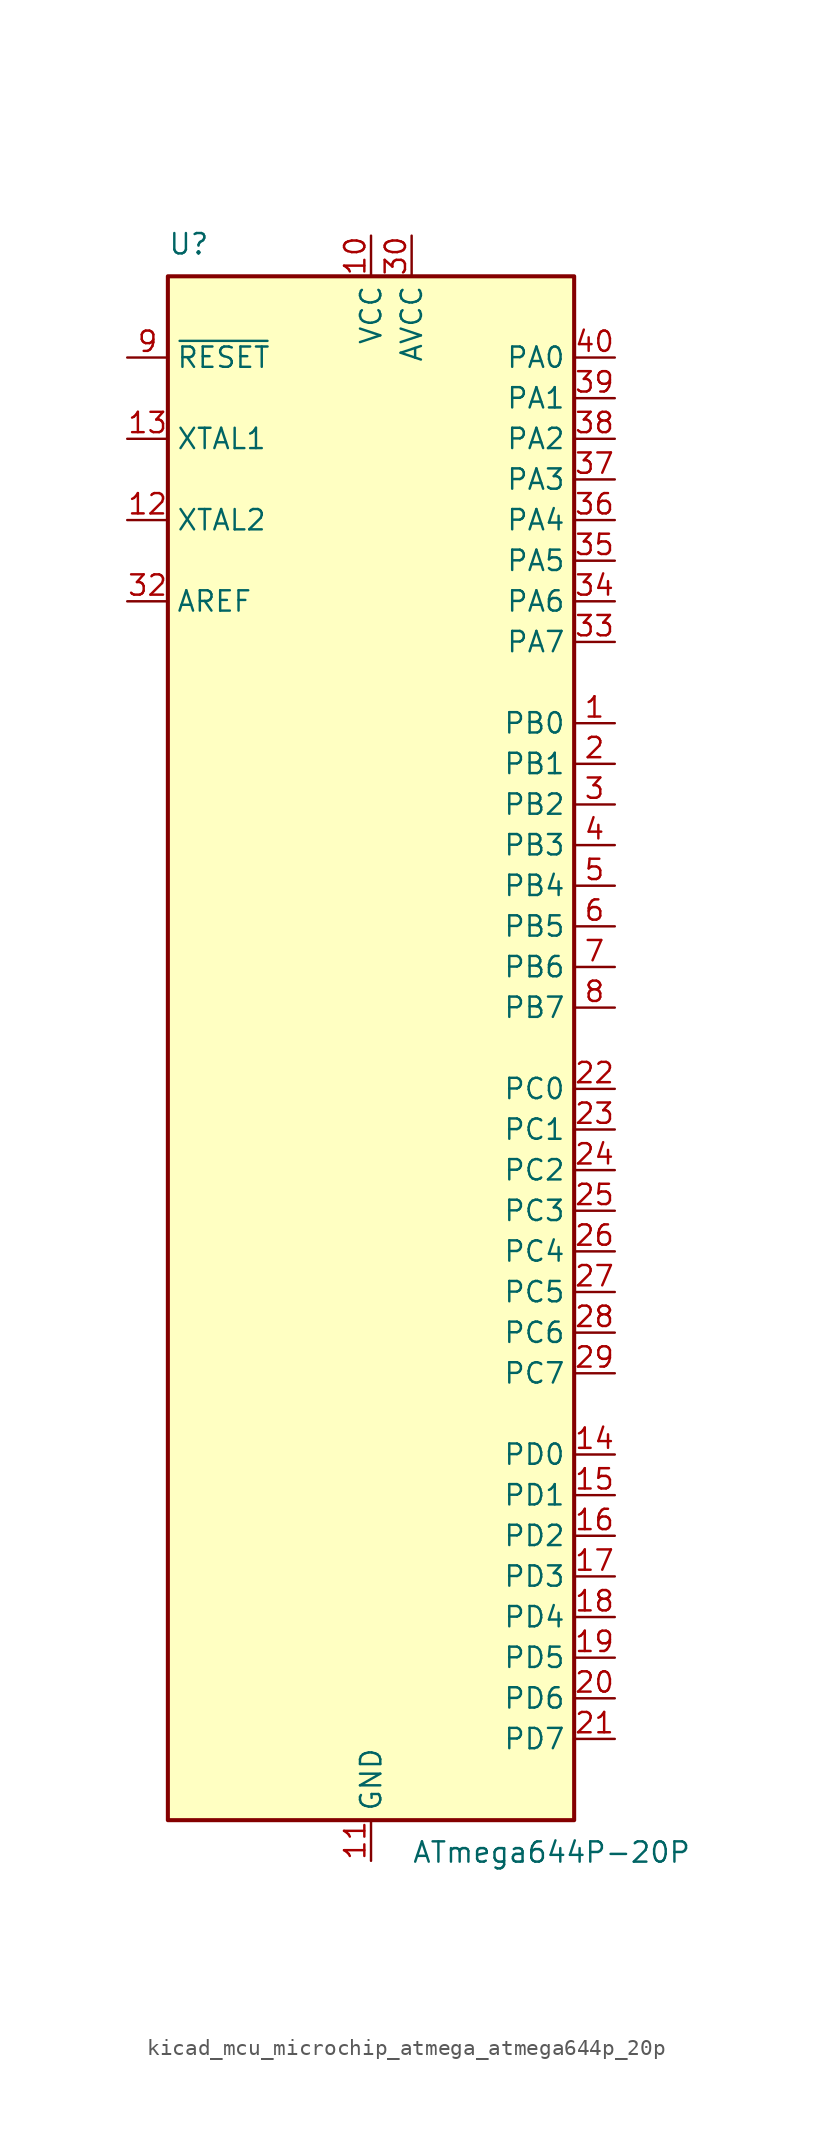
<source format=kicad_sym>
(kicad_symbol_lib
  (version 20220914)
  (generator kicad_symbol_editor)
  (symbol "kicad_mcu_microchip_atmega_atmega644p_20p"
    (property "Reference" "U"
      (at -12.7 49.53 0)
      (effects (font (size 1.27 1.27)) (justify left bottom)))
    (property "Value" "ATmega644P-20P"
      (at 2.54 -49.53 0)
      (effects (font (size 1.27 1.27)) (justify left top)))
    (symbol "kicad_mcu_microchip_atmega_atmega644p_20p_0_1"
      (rectangle (start -12.7 -48.26) (end 12.7 48.26) (stroke (width 0.254) (type default)) (fill (type background))))
    (symbol "kicad_mcu_microchip_atmega_atmega644p_20p_1_1"
      (pin bidirectional line (at 15.24 20.32 180) (length 2.54) (name "PB0" (effects (font (size 1.27 1.27)))) (number "1" (effects (font (size 1.27 1.27)))))
      (pin power_in line (at 0 50.8 270) (length 2.54) (name "VCC" (effects (font (size 1.27 1.27)))) (number "10" (effects (font (size 1.27 1.27)))))
      (pin power_in line (at 0 -50.8 90) (length 2.54) (name "GND" (effects (font (size 1.27 1.27)))) (number "11" (effects (font (size 1.27 1.27)))))
      (pin output line (at -15.24 33.02 0) (length 2.54) (name "XTAL2" (effects (font (size 1.27 1.27)))) (number "12" (effects (font (size 1.27 1.27)))))
      (pin input line (at -15.24 38.1 0) (length 2.54) (name "XTAL1" (effects (font (size 1.27 1.27)))) (number "13" (effects (font (size 1.27 1.27)))))
      (pin bidirectional line (at 15.24 -25.4 180) (length 2.54) (name "PD0" (effects (font (size 1.27 1.27)))) (number "14" (effects (font (size 1.27 1.27)))))
      (pin bidirectional line (at 15.24 -27.94 180) (length 2.54) (name "PD1" (effects (font (size 1.27 1.27)))) (number "15" (effects (font (size 1.27 1.27)))))
      (pin bidirectional line (at 15.24 -30.48 180) (length 2.54) (name "PD2" (effects (font (size 1.27 1.27)))) (number "16" (effects (font (size 1.27 1.27)))))
      (pin bidirectional line (at 15.24 -33.02 180) (length 2.54) (name "PD3" (effects (font (size 1.27 1.27)))) (number "17" (effects (font (size 1.27 1.27)))))
      (pin bidirectional line (at 15.24 -35.56 180) (length 2.54) (name "PD4" (effects (font (size 1.27 1.27)))) (number "18" (effects (font (size 1.27 1.27)))))
      (pin bidirectional line (at 15.24 -38.1 180) (length 2.54) (name "PD5" (effects (font (size 1.27 1.27)))) (number "19" (effects (font (size 1.27 1.27)))))
      (pin bidirectional line (at 15.24 17.78 180) (length 2.54) (name "PB1" (effects (font (size 1.27 1.27)))) (number "2" (effects (font (size 1.27 1.27)))))
      (pin bidirectional line (at 15.24 -40.64 180) (length 2.54) (name "PD6" (effects (font (size 1.27 1.27)))) (number "20" (effects (font (size 1.27 1.27)))))
      (pin bidirectional line (at 15.24 -43.18 180) (length 2.54) (name "PD7" (effects (font (size 1.27 1.27)))) (number "21" (effects (font (size 1.27 1.27)))))
      (pin bidirectional line (at 15.24 -2.54 180) (length 2.54) (name "PC0" (effects (font (size 1.27 1.27)))) (number "22" (effects (font (size 1.27 1.27)))))
      (pin bidirectional line (at 15.24 -5.08 180) (length 2.54) (name "PC1" (effects (font (size 1.27 1.27)))) (number "23" (effects (font (size 1.27 1.27)))))
      (pin bidirectional line (at 15.24 -7.62 180) (length 2.54) (name "PC2" (effects (font (size 1.27 1.27)))) (number "24" (effects (font (size 1.27 1.27)))))
      (pin bidirectional line (at 15.24 -10.16 180) (length 2.54) (name "PC3" (effects (font (size 1.27 1.27)))) (number "25" (effects (font (size 1.27 1.27)))))
      (pin bidirectional line (at 15.24 -12.7 180) (length 2.54) (name "PC4" (effects (font (size 1.27 1.27)))) (number "26" (effects (font (size 1.27 1.27)))))
      (pin bidirectional line (at 15.24 -15.24 180) (length 2.54) (name "PC5" (effects (font (size 1.27 1.27)))) (number "27" (effects (font (size 1.27 1.27)))))
      (pin bidirectional line (at 15.24 -17.78 180) (length 2.54) (name "PC6" (effects (font (size 1.27 1.27)))) (number "28" (effects (font (size 1.27 1.27)))))
      (pin bidirectional line (at 15.24 -20.32 180) (length 2.54) (name "PC7" (effects (font (size 1.27 1.27)))) (number "29" (effects (font (size 1.27 1.27)))))
      (pin bidirectional line (at 15.24 15.24 180) (length 2.54) (name "PB2" (effects (font (size 1.27 1.27)))) (number "3" (effects (font (size 1.27 1.27)))))
      (pin power_in line (at 2.54 50.8 270) (length 2.54) (name "AVCC" (effects (font (size 1.27 1.27)))) (number "30" (effects (font (size 1.27 1.27)))))
      (pin passive line (at 0 -50.8 90) (length 2.54) hide (name "GND" (effects (font (size 1.27 1.27)))) (number "31" (effects (font (size 1.27 1.27)))))
      (pin passive line (at -15.24 27.94 0) (length 2.54) (name "AREF" (effects (font (size 1.27 1.27)))) (number "32" (effects (font (size 1.27 1.27)))))
      (pin bidirectional line (at 15.24 25.4 180) (length 2.54) (name "PA7" (effects (font (size 1.27 1.27)))) (number "33" (effects (font (size 1.27 1.27)))))
      (pin bidirectional line (at 15.24 27.94 180) (length 2.54) (name "PA6" (effects (font (size 1.27 1.27)))) (number "34" (effects (font (size 1.27 1.27)))))
      (pin bidirectional line (at 15.24 30.48 180) (length 2.54) (name "PA5" (effects (font (size 1.27 1.27)))) (number "35" (effects (font (size 1.27 1.27)))))
      (pin bidirectional line (at 15.24 33.02 180) (length 2.54) (name "PA4" (effects (font (size 1.27 1.27)))) (number "36" (effects (font (size 1.27 1.27)))))
      (pin bidirectional line (at 15.24 35.56 180) (length 2.54) (name "PA3" (effects (font (size 1.27 1.27)))) (number "37" (effects (font (size 1.27 1.27)))))
      (pin bidirectional line (at 15.24 38.1 180) (length 2.54) (name "PA2" (effects (font (size 1.27 1.27)))) (number "38" (effects (font (size 1.27 1.27)))))
      (pin bidirectional line (at 15.24 40.64 180) (length 2.54) (name "PA1" (effects (font (size 1.27 1.27)))) (number "39" (effects (font (size 1.27 1.27)))))
      (pin bidirectional line (at 15.24 12.7 180) (length 2.54) (name "PB3" (effects (font (size 1.27 1.27)))) (number "4" (effects (font (size 1.27 1.27)))))
      (pin bidirectional line (at 15.24 43.18 180) (length 2.54) (name "PA0" (effects (font (size 1.27 1.27)))) (number "40" (effects (font (size 1.27 1.27)))))
      (pin bidirectional line (at 15.24 10.16 180) (length 2.54) (name "PB4" (effects (font (size 1.27 1.27)))) (number "5" (effects (font (size 1.27 1.27)))))
      (pin bidirectional line (at 15.24 7.62 180) (length 2.54) (name "PB5" (effects (font (size 1.27 1.27)))) (number "6" (effects (font (size 1.27 1.27)))))
      (pin bidirectional line (at 15.24 5.08 180) (length 2.54) (name "PB6" (effects (font (size 1.27 1.27)))) (number "7" (effects (font (size 1.27 1.27)))))
      (pin bidirectional line (at 15.24 2.54 180) (length 2.54) (name "PB7" (effects (font (size 1.27 1.27)))) (number "8" (effects (font (size 1.27 1.27)))))
      (pin input line (at -15.24 43.18 0) (length 2.54) (name "~{RESET}" (effects (font (size 1.27 1.27)))) (number "9" (effects (font (size 1.27 1.27))))))))
</source>
